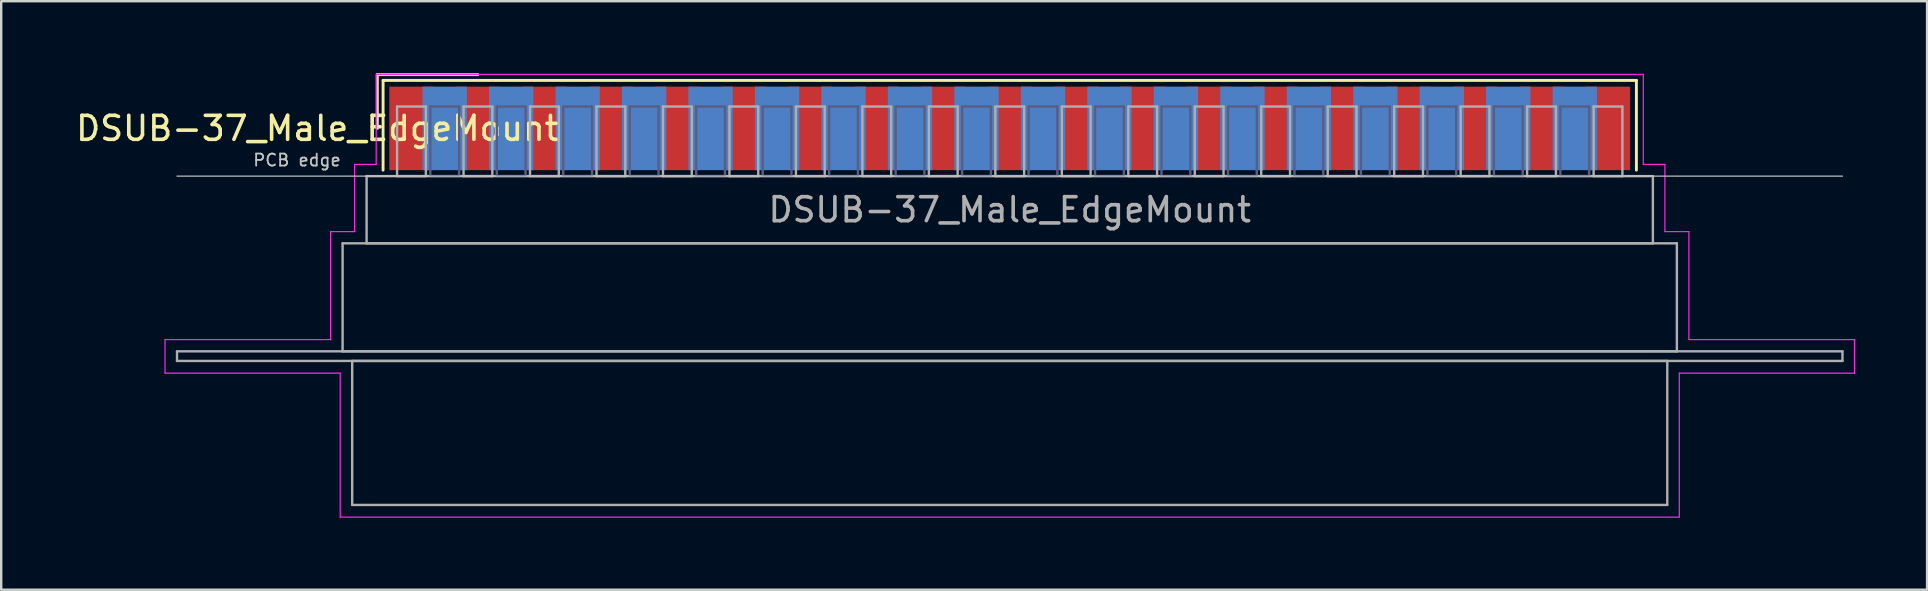
<source format=kicad_pcb>
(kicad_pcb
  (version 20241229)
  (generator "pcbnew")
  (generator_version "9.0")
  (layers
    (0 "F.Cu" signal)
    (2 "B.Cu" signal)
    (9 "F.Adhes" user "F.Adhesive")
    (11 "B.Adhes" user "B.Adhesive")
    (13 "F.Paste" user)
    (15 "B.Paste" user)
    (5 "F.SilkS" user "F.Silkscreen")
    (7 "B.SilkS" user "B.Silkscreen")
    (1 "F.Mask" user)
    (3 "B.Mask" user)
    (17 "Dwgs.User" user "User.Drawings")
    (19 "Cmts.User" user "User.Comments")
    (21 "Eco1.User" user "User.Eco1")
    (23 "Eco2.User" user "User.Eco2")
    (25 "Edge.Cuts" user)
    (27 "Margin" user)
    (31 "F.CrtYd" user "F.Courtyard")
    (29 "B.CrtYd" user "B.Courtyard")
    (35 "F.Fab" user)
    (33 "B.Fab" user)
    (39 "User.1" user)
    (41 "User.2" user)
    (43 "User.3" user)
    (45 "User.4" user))
  (footprint "DSUB-37_Male_EdgeMount"
    (layer "F.Cu")
    (at 39.026 2.3)
    (property "Reference" "DSUB-37_Male_EdgeMount" (at -28.853 0 0) (layer "F.SilkS") (effects (font (size 1 1) (thickness 0.15))))
    (attr smd)
    (fp_line (start -26.353 -2.24) (end -22.16 -2.24) (stroke (width 0.12) (type solid)) (layer "F.SilkS"))
    (fp_line (start -26.353 0) (end -26.353 -2.24) (stroke (width 0.12) (type solid)) (layer "F.SilkS"))
    (fp_line (start -26.113 -2) (end -26.113 1.74) (stroke (width 0.12) (type solid)) (layer "F.SilkS"))
    (fp_line (start 26.113 -2) (end -26.113 -2) (stroke (width 0.12) (type solid)) (layer "F.SilkS"))
    (fp_line (start 26.113 1.74) (end 26.113 -2) (stroke (width 0.12) (type solid)) (layer "F.SilkS"))
    (fp_line (start -34.7 1.99) (end 34.7 1.99) (stroke (width 0.05) (type solid)) (layer "Dwgs.User"))
    (fp_line (start -35.2 8.8) (end -28.3 8.8) (stroke (width 0.05) (type solid)) (layer "F.CrtYd"))
    (fp_line (start -35.2 10.2) (end -35.2 8.8) (stroke (width 0.05) (type solid)) (layer "F.CrtYd"))
    (fp_line (start -28.3 4.3) (end -27.3 4.3) (stroke (width 0.05) (type solid)) (layer "F.CrtYd"))
    (fp_line (start -28.3 8.8) (end -28.3 4.3) (stroke (width 0.05) (type solid)) (layer "F.CrtYd"))
    (fp_line (start -27.9 10.2) (end -35.2 10.2) (stroke (width 0.05) (type solid)) (layer "F.CrtYd"))
    (fp_line (start -27.9 16.2) (end -27.9 10.2) (stroke (width 0.05) (type solid)) (layer "F.CrtYd"))
    (fp_line (start -27.3 1.5) (end -26.4 1.5) (stroke (width 0.05) (type solid)) (layer "F.CrtYd"))
    (fp_line (start -27.3 4.3) (end -27.3 1.5) (stroke (width 0.05) (type solid)) (layer "F.CrtYd"))
    (fp_line (start -26.4 -2.25) (end 26.4 -2.25) (stroke (width 0.05) (type solid)) (layer "F.CrtYd"))
    (fp_line (start -26.4 1.5) (end -26.4 -2.25) (stroke (width 0.05) (type solid)) (layer "F.CrtYd"))
    (fp_line (start 26.4 -2.25) (end 26.4 1.5) (stroke (width 0.05) (type solid)) (layer "F.CrtYd"))
    (fp_line (start 26.4 1.5) (end 27.3 1.5) (stroke (width 0.05) (type solid)) (layer "F.CrtYd"))
    (fp_line (start 27.3 1.5) (end 27.3 4.3) (stroke (width 0.05) (type solid)) (layer "F.CrtYd"))
    (fp_line (start 27.3 4.3) (end 28.3 4.3) (stroke (width 0.05) (type solid)) (layer "F.CrtYd"))
    (fp_line (start 27.9 10.2) (end 27.9 16.2) (stroke (width 0.05) (type solid)) (layer "F.CrtYd"))
    (fp_line (start 27.9 16.2) (end -27.9 16.2) (stroke (width 0.05) (type solid)) (layer "F.CrtYd"))
    (fp_line (start 28.3 4.3) (end 28.3 8.8) (stroke (width 0.05) (type solid)) (layer "F.CrtYd"))
    (fp_line (start 28.3 8.8) (end 35.2 8.8) (stroke (width 0.05) (type solid)) (layer "F.CrtYd"))
    (fp_line (start 35.2 8.8) (end 35.2 10.2) (stroke (width 0.05) (type solid)) (layer "F.CrtYd"))
    (fp_line (start 35.2 10.2) (end 27.9 10.2) (stroke (width 0.05) (type solid)) (layer "F.CrtYd"))
    (fp_line (start -24.145 -0.91) (end -24.145 1.99) (stroke (width 0.1) (type solid)) (layer "B.Fab"))
    (fp_line (start -24.145 1.99) (end -22.945 1.99) (stroke (width 0.1) (type solid)) (layer "B.Fab"))
    (fp_line (start -22.945 -0.91) (end -24.145 -0.91) (stroke (width 0.1) (type solid)) (layer "B.Fab"))
    (fp_line (start -22.945 1.99) (end -22.945 -0.91) (stroke (width 0.1) (type solid)) (layer "B.Fab"))
    (fp_line (start -21.375 -0.91) (end -21.375 1.99) (stroke (width 0.1) (type solid)) (layer "B.Fab"))
    (fp_line (start -21.375 1.99) (end -20.175 1.99) (stroke (width 0.1) (type solid)) (layer "B.Fab"))
    (fp_line (start -20.175 -0.91) (end -21.375 -0.91) (stroke (width 0.1) (type solid)) (layer "B.Fab"))
    (fp_line (start -20.175 1.99) (end -20.175 -0.91) (stroke (width 0.1) (type solid)) (layer "B.Fab"))
    (fp_line (start -18.605 -0.91) (end -18.605 1.99) (stroke (width 0.1) (type solid)) (layer "B.Fab"))
    (fp_line (start -18.605 1.99) (end -17.405 1.99) (stroke (width 0.1) (type solid)) (layer "B.Fab"))
    (fp_line (start -17.405 -0.91) (end -18.605 -0.91) (stroke (width 0.1) (type solid)) (layer "B.Fab"))
    (fp_line (start -17.405 1.99) (end -17.405 -0.91) (stroke (width 0.1) (type solid)) (layer "B.Fab"))
    (fp_line (start -15.835 -0.91) (end -15.835 1.99) (stroke (width 0.1) (type solid)) (layer "B.Fab"))
    (fp_line (start -15.835 1.99) (end -14.635 1.99) (stroke (width 0.1) (type solid)) (layer "B.Fab"))
    (fp_line (start -14.635 -0.91) (end -15.835 -0.91) (stroke (width 0.1) (type solid)) (layer "B.Fab"))
    (fp_line (start -14.635 1.99) (end -14.635 -0.91) (stroke (width 0.1) (type solid)) (layer "B.Fab"))
    (fp_line (start -13.065 -0.91) (end -13.065 1.99) (stroke (width 0.1) (type solid)) (layer "B.Fab"))
    (fp_line (start -13.065 1.99) (end -11.865 1.99) (stroke (width 0.1) (type solid)) (layer "B.Fab"))
    (fp_line (start -11.865 -0.91) (end -13.065 -0.91) (stroke (width 0.1) (type solid)) (layer "B.Fab"))
    (fp_line (start -11.865 1.99) (end -11.865 -0.91) (stroke (width 0.1) (type solid)) (layer "B.Fab"))
    (fp_line (start -10.295 -0.91) (end -10.295 1.99) (stroke (width 0.1) (type solid)) (layer "B.Fab"))
    (fp_line (start -10.295 1.99) (end -9.095 1.99) (stroke (width 0.1) (type solid)) (layer "B.Fab"))
    (fp_line (start -9.095 -0.91) (end -10.295 -0.91) (stroke (width 0.1) (type solid)) (layer "B.Fab"))
    (fp_line (start -9.095 1.99) (end -9.095 -0.91) (stroke (width 0.1) (type solid)) (layer "B.Fab"))
    (fp_line (start -7.525 -0.91) (end -7.525 1.99) (stroke (width 0.1) (type solid)) (layer "B.Fab"))
    (fp_line (start -7.525 1.99) (end -6.325 1.99) (stroke (width 0.1) (type solid)) (layer "B.Fab"))
    (fp_line (start -6.325 -0.91) (end -7.525 -0.91) (stroke (width 0.1) (type solid)) (layer "B.Fab"))
    (fp_line (start -6.325 1.99) (end -6.325 -0.91) (stroke (width 0.1) (type solid)) (layer "B.Fab"))
    (fp_line (start -4.755 -0.91) (end -4.755 1.99) (stroke (width 0.1) (type solid)) (layer "B.Fab"))
    (fp_line (start -4.755 1.99) (end -3.555 1.99) (stroke (width 0.1) (type solid)) (layer "B.Fab"))
    (fp_line (start -3.555 -0.91) (end -4.755 -0.91) (stroke (width 0.1) (type solid)) (layer "B.Fab"))
    (fp_line (start -3.555 1.99) (end -3.555 -0.91) (stroke (width 0.1) (type solid)) (layer "B.Fab"))
    (fp_line (start -1.985 -0.91) (end -1.985 1.99) (stroke (width 0.1) (type solid)) (layer "B.Fab"))
    (fp_line (start -1.985 1.99) (end -0.785 1.99) (stroke (width 0.1) (type solid)) (layer "B.Fab"))
    (fp_line (start -0.785 -0.91) (end -1.985 -0.91) (stroke (width 0.1) (type solid)) (layer "B.Fab"))
    (fp_line (start -0.785 1.99) (end -0.785 -0.91) (stroke (width 0.1) (type solid)) (layer "B.Fab"))
    (fp_line (start 0.785 -0.91) (end 0.785 1.99) (stroke (width 0.1) (type solid)) (layer "B.Fab"))
    (fp_line (start 0.785 1.99) (end 1.985 1.99) (stroke (width 0.1) (type solid)) (layer "B.Fab"))
    (fp_line (start 1.985 -0.91) (end 0.785 -0.91) (stroke (width 0.1) (type solid)) (layer "B.Fab"))
    (fp_line (start 1.985 1.99) (end 1.985 -0.91) (stroke (width 0.1) (type solid)) (layer "B.Fab"))
    (fp_line (start 3.555 -0.91) (end 3.555 1.99) (stroke (width 0.1) (type solid)) (layer "B.Fab"))
    (fp_line (start 3.555 1.99) (end 4.755 1.99) (stroke (width 0.1) (type solid)) (layer "B.Fab"))
    (fp_line (start 4.755 -0.91) (end 3.555 -0.91) (stroke (width 0.1) (type solid)) (layer "B.Fab"))
    (fp_line (start 4.755 1.99) (end 4.755 -0.91) (stroke (width 0.1) (type solid)) (layer "B.Fab"))
    (fp_line (start 6.325 -0.91) (end 6.325 1.99) (stroke (width 0.1) (type solid)) (layer "B.Fab"))
    (fp_line (start 6.325 1.99) (end 7.525 1.99) (stroke (width 0.1) (type solid)) (layer "B.Fab"))
    (fp_line (start 7.525 -0.91) (end 6.325 -0.91) (stroke (width 0.1) (type solid)) (layer "B.Fab"))
    (fp_line (start 7.525 1.99) (end 7.525 -0.91) (stroke (width 0.1) (type solid)) (layer "B.Fab"))
    (fp_line (start 9.095 -0.91) (end 9.095 1.99) (stroke (width 0.1) (type solid)) (layer "B.Fab"))
    (fp_line (start 9.095 1.99) (end 10.295 1.99) (stroke (width 0.1) (type solid)) (layer "B.Fab"))
    (fp_line (start 10.295 -0.91) (end 9.095 -0.91) (stroke (width 0.1) (type solid)) (layer "B.Fab"))
    (fp_line (start 10.295 1.99) (end 10.295 -0.91) (stroke (width 0.1) (type solid)) (layer "B.Fab"))
    (fp_line (start 11.865 -0.91) (end 11.865 1.99) (stroke (width 0.1) (type solid)) (layer "B.Fab"))
    (fp_line (start 11.865 1.99) (end 13.065 1.99) (stroke (width 0.1) (type solid)) (layer "B.Fab"))
    (fp_line (start 13.065 -0.91) (end 11.865 -0.91) (stroke (width 0.1) (type solid)) (layer "B.Fab"))
    (fp_line (start 13.065 1.99) (end 13.065 -0.91) (stroke (width 0.1) (type solid)) (layer "B.Fab"))
    (fp_line (start 14.635 -0.91) (end 14.635 1.99) (stroke (width 0.1) (type solid)) (layer "B.Fab"))
    (fp_line (start 14.635 1.99) (end 15.835 1.99) (stroke (width 0.1) (type solid)) (layer "B.Fab"))
    (fp_line (start 15.835 -0.91) (end 14.635 -0.91) (stroke (width 0.1) (type solid)) (layer "B.Fab"))
    (fp_line (start 15.835 1.99) (end 15.835 -0.91) (stroke (width 0.1) (type solid)) (layer "B.Fab"))
    (fp_line (start 17.405 -0.91) (end 17.405 1.99) (stroke (width 0.1) (type solid)) (layer "B.Fab"))
    (fp_line (start 17.405 1.99) (end 18.605 1.99) (stroke (width 0.1) (type solid)) (layer "B.Fab"))
    (fp_line (start 18.605 -0.91) (end 17.405 -0.91) (stroke (width 0.1) (type solid)) (layer "B.Fab"))
    (fp_line (start 18.605 1.99) (end 18.605 -0.91) (stroke (width 0.1) (type solid)) (layer "B.Fab"))
    (fp_line (start 20.175 -0.91) (end 20.175 1.99) (stroke (width 0.1) (type solid)) (layer "B.Fab"))
    (fp_line (start 20.175 1.99) (end 21.375 1.99) (stroke (width 0.1) (type solid)) (layer "B.Fab"))
    (fp_line (start 21.375 -0.91) (end 20.175 -0.91) (stroke (width 0.1) (type solid)) (layer "B.Fab"))
    (fp_line (start 21.375 1.99) (end 21.375 -0.91) (stroke (width 0.1) (type solid)) (layer "B.Fab"))
    (fp_line (start 22.945 -0.91) (end 22.945 1.99) (stroke (width 0.1) (type solid)) (layer "B.Fab"))
    (fp_line (start 22.945 1.99) (end 24.145 1.99) (stroke (width 0.1) (type solid)) (layer "B.Fab"))
    (fp_line (start 24.145 -0.91) (end 22.945 -0.91) (stroke (width 0.1) (type solid)) (layer "B.Fab"))
    (fp_line (start 24.145 1.99) (end 24.145 -0.91) (stroke (width 0.1) (type solid)) (layer "B.Fab"))
    (fp_line (start -34.7 9.29) (end -34.7 9.69) (stroke (width 0.1) (type solid)) (layer "F.Fab"))
    (fp_line (start -34.7 9.69) (end 34.7 9.69) (stroke (width 0.1) (type solid)) (layer "F.Fab"))
    (fp_line (start -27.8 4.79) (end -27.8 9.29) (stroke (width 0.1) (type solid)) (layer "F.Fab"))
    (fp_line (start -27.8 9.29) (end 27.8 9.29) (stroke (width 0.1) (type solid)) (layer "F.Fab"))
    (fp_line (start -27.4 9.69) (end -27.4 15.69) (stroke (width 0.1) (type solid)) (layer "F.Fab"))
    (fp_line (start -27.4 15.69) (end 27.4 15.69) (stroke (width 0.1) (type solid)) (layer "F.Fab"))
    (fp_line (start -26.8 1.99) (end -26.8 4.79) (stroke (width 0.1) (type solid)) (layer "F.Fab"))
    (fp_line (start -26.8 4.79) (end 26.8 4.79) (stroke (width 0.1) (type solid)) (layer "F.Fab"))
    (fp_line (start -25.53 -0.91) (end -25.53 1.99) (stroke (width 0.1) (type solid)) (layer "F.Fab"))
    (fp_line (start -25.53 1.99) (end -24.33 1.99) (stroke (width 0.1) (type solid)) (layer "F.Fab"))
    (fp_line (start -24.33 -0.91) (end -25.53 -0.91) (stroke (width 0.1) (type solid)) (layer "F.Fab"))
    (fp_line (start -24.33 1.99) (end -24.33 -0.91) (stroke (width 0.1) (type solid)) (layer "F.Fab"))
    (fp_line (start -22.76 -0.91) (end -22.76 1.99) (stroke (width 0.1) (type solid)) (layer "F.Fab"))
    (fp_line (start -22.76 1.99) (end -21.56 1.99) (stroke (width 0.1) (type solid)) (layer "F.Fab"))
    (fp_line (start -21.56 -0.91) (end -22.76 -0.91) (stroke (width 0.1) (type solid)) (layer "F.Fab"))
    (fp_line (start -21.56 1.99) (end -21.56 -0.91) (stroke (width 0.1) (type solid)) (layer "F.Fab"))
    (fp_line (start -19.99 -0.91) (end -19.99 1.99) (stroke (width 0.1) (type solid)) (layer "F.Fab"))
    (fp_line (start -19.99 1.99) (end -18.79 1.99) (stroke (width 0.1) (type solid)) (layer "F.Fab"))
    (fp_line (start -18.79 -0.91) (end -19.99 -0.91) (stroke (width 0.1) (type solid)) (layer "F.Fab"))
    (fp_line (start -18.79 1.99) (end -18.79 -0.91) (stroke (width 0.1) (type solid)) (layer "F.Fab"))
    (fp_line (start -17.22 -0.91) (end -17.22 1.99) (stroke (width 0.1) (type solid)) (layer "F.Fab"))
    (fp_line (start -17.22 1.99) (end -16.02 1.99) (stroke (width 0.1) (type solid)) (layer "F.Fab"))
    (fp_line (start -16.02 -0.91) (end -17.22 -0.91) (stroke (width 0.1) (type solid)) (layer "F.Fab"))
    (fp_line (start -16.02 1.99) (end -16.02 -0.91) (stroke (width 0.1) (type solid)) (layer "F.Fab"))
    (fp_line (start -14.45 -0.91) (end -14.45 1.99) (stroke (width 0.1) (type solid)) (layer "F.Fab"))
    (fp_line (start -14.45 1.99) (end -13.25 1.99) (stroke (width 0.1) (type solid)) (layer "F.Fab"))
    (fp_line (start -13.25 -0.91) (end -14.45 -0.91) (stroke (width 0.1) (type solid)) (layer "F.Fab"))
    (fp_line (start -13.25 1.99) (end -13.25 -0.91) (stroke (width 0.1) (type solid)) (layer "F.Fab"))
    (fp_line (start -11.68 -0.91) (end -11.68 1.99) (stroke (width 0.1) (type solid)) (layer "F.Fab"))
    (fp_line (start -11.68 1.99) (end -10.48 1.99) (stroke (width 0.1) (type solid)) (layer "F.Fab"))
    (fp_line (start -10.48 -0.91) (end -11.68 -0.91) (stroke (width 0.1) (type solid)) (layer "F.Fab"))
    (fp_line (start -10.48 1.99) (end -10.48 -0.91) (stroke (width 0.1) (type solid)) (layer "F.Fab"))
    (fp_line (start -8.91 -0.91) (end -8.91 1.99) (stroke (width 0.1) (type solid)) (layer "F.Fab"))
    (fp_line (start -8.91 1.99) (end -7.71 1.99) (stroke (width 0.1) (type solid)) (layer "F.Fab"))
    (fp_line (start -7.71 -0.91) (end -8.91 -0.91) (stroke (width 0.1) (type solid)) (layer "F.Fab"))
    (fp_line (start -7.71 1.99) (end -7.71 -0.91) (stroke (width 0.1) (type solid)) (layer "F.Fab"))
    (fp_line (start -6.14 -0.91) (end -6.14 1.99) (stroke (width 0.1) (type solid)) (layer "F.Fab"))
    (fp_line (start -6.14 1.99) (end -4.94 1.99) (stroke (width 0.1) (type solid)) (layer "F.Fab"))
    (fp_line (start -4.94 -0.91) (end -6.14 -0.91) (stroke (width 0.1) (type solid)) (layer "F.Fab"))
    (fp_line (start -4.94 1.99) (end -4.94 -0.91) (stroke (width 0.1) (type solid)) (layer "F.Fab"))
    (fp_line (start -3.37 -0.91) (end -3.37 1.99) (stroke (width 0.1) (type solid)) (layer "F.Fab"))
    (fp_line (start -3.37 1.99) (end -2.17 1.99) (stroke (width 0.1) (type solid)) (layer "F.Fab"))
    (fp_line (start -2.17 -0.91) (end -3.37 -0.91) (stroke (width 0.1) (type solid)) (layer "F.Fab"))
    (fp_line (start -2.17 1.99) (end -2.17 -0.91) (stroke (width 0.1) (type solid)) (layer "F.Fab"))
    (fp_line (start -0.6 -0.91) (end -0.6 1.99) (stroke (width 0.1) (type solid)) (layer "F.Fab"))
    (fp_line (start -0.6 1.99) (end 0.6 1.99) (stroke (width 0.1) (type solid)) (layer "F.Fab"))
    (fp_line (start 0.6 -0.91) (end -0.6 -0.91) (stroke (width 0.1) (type solid)) (layer "F.Fab"))
    (fp_line (start 0.6 1.99) (end 0.6 -0.91) (stroke (width 0.1) (type solid)) (layer "F.Fab"))
    (fp_line (start 2.17 -0.91) (end 2.17 1.99) (stroke (width 0.1) (type solid)) (layer "F.Fab"))
    (fp_line (start 2.17 1.99) (end 3.37 1.99) (stroke (width 0.1) (type solid)) (layer "F.Fab"))
    (fp_line (start 3.37 -0.91) (end 2.17 -0.91) (stroke (width 0.1) (type solid)) (layer "F.Fab"))
    (fp_line (start 3.37 1.99) (end 3.37 -0.91) (stroke (width 0.1) (type solid)) (layer "F.Fab"))
    (fp_line (start 4.94 -0.91) (end 4.94 1.99) (stroke (width 0.1) (type solid)) (layer "F.Fab"))
    (fp_line (start 4.94 1.99) (end 6.14 1.99) (stroke (width 0.1) (type solid)) (layer "F.Fab"))
    (fp_line (start 6.14 -0.91) (end 4.94 -0.91) (stroke (width 0.1) (type solid)) (layer "F.Fab"))
    (fp_line (start 6.14 1.99) (end 6.14 -0.91) (stroke (width 0.1) (type solid)) (layer "F.Fab"))
    (fp_line (start 7.71 -0.91) (end 7.71 1.99) (stroke (width 0.1) (type solid)) (layer "F.Fab"))
    (fp_line (start 7.71 1.99) (end 8.91 1.99) (stroke (width 0.1) (type solid)) (layer "F.Fab"))
    (fp_line (start 8.91 -0.91) (end 7.71 -0.91) (stroke (width 0.1) (type solid)) (layer "F.Fab"))
    (fp_line (start 8.91 1.99) (end 8.91 -0.91) (stroke (width 0.1) (type solid)) (layer "F.Fab"))
    (fp_line (start 10.48 -0.91) (end 10.48 1.99) (stroke (width 0.1) (type solid)) (layer "F.Fab"))
    (fp_line (start 10.48 1.99) (end 11.68 1.99) (stroke (width 0.1) (type solid)) (layer "F.Fab"))
    (fp_line (start 11.68 -0.91) (end 10.48 -0.91) (stroke (width 0.1) (type solid)) (layer "F.Fab"))
    (fp_line (start 11.68 1.99) (end 11.68 -0.91) (stroke (width 0.1) (type solid)) (layer "F.Fab"))
    (fp_line (start 13.25 -0.91) (end 13.25 1.99) (stroke (width 0.1) (type solid)) (layer "F.Fab"))
    (fp_line (start 13.25 1.99) (end 14.45 1.99) (stroke (width 0.1) (type solid)) (layer "F.Fab"))
    (fp_line (start 14.45 -0.91) (end 13.25 -0.91) (stroke (width 0.1) (type solid)) (layer "F.Fab"))
    (fp_line (start 14.45 1.99) (end 14.45 -0.91) (stroke (width 0.1) (type solid)) (layer "F.Fab"))
    (fp_line (start 16.02 -0.91) (end 16.02 1.99) (stroke (width 0.1) (type solid)) (layer "F.Fab"))
    (fp_line (start 16.02 1.99) (end 17.22 1.99) (stroke (width 0.1) (type solid)) (layer "F.Fab"))
    (fp_line (start 17.22 -0.91) (end 16.02 -0.91) (stroke (width 0.1) (type solid)) (layer "F.Fab"))
    (fp_line (start 17.22 1.99) (end 17.22 -0.91) (stroke (width 0.1) (type solid)) (layer "F.Fab"))
    (fp_line (start 18.79 -0.91) (end 18.79 1.99) (stroke (width 0.1) (type solid)) (layer "F.Fab"))
    (fp_line (start 18.79 1.99) (end 19.99 1.99) (stroke (width 0.1) (type solid)) (layer "F.Fab"))
    (fp_line (start 19.99 -0.91) (end 18.79 -0.91) (stroke (width 0.1) (type solid)) (layer "F.Fab"))
    (fp_line (start 19.99 1.99) (end 19.99 -0.91) (stroke (width 0.1) (type solid)) (layer "F.Fab"))
    (fp_line (start 21.56 -0.91) (end 21.56 1.99) (stroke (width 0.1) (type solid)) (layer "F.Fab"))
    (fp_line (start 21.56 1.99) (end 22.76 1.99) (stroke (width 0.1) (type solid)) (layer "F.Fab"))
    (fp_line (start 22.76 -0.91) (end 21.56 -0.91) (stroke (width 0.1) (type solid)) (layer "F.Fab"))
    (fp_line (start 22.76 1.99) (end 22.76 -0.91) (stroke (width 0.1) (type solid)) (layer "F.Fab"))
    (fp_line (start 24.33 -0.91) (end 24.33 1.99) (stroke (width 0.1) (type solid)) (layer "F.Fab"))
    (fp_line (start 24.33 1.99) (end 25.53 1.99) (stroke (width 0.1) (type solid)) (layer "F.Fab"))
    (fp_line (start 25.53 -0.91) (end 24.33 -0.91) (stroke (width 0.1) (type solid)) (layer "F.Fab"))
    (fp_line (start 25.53 1.99) (end 25.53 -0.91) (stroke (width 0.1) (type solid)) (layer "F.Fab"))
    (fp_line (start 26.8 1.99) (end -26.8 1.99) (stroke (width 0.1) (type solid)) (layer "F.Fab"))
    (fp_line (start 26.8 4.79) (end 26.8 1.99) (stroke (width 0.1) (type solid)) (layer "F.Fab"))
    (fp_line (start 27.4 9.69) (end -27.4 9.69) (stroke (width 0.1) (type solid)) (layer "F.Fab"))
    (fp_line (start 27.4 15.69) (end 27.4 9.69) (stroke (width 0.1) (type solid)) (layer "F.Fab"))
    (fp_line (start 27.8 4.79) (end -27.8 4.79) (stroke (width 0.1) (type solid)) (layer "F.Fab"))
    (fp_line (start 27.8 9.29) (end 27.8 4.79) (stroke (width 0.1) (type solid)) (layer "F.Fab"))
    (fp_line (start 34.7 9.29) (end -34.7 9.29) (stroke (width 0.1) (type solid)) (layer "F.Fab"))
    (fp_line (start 34.7 9.69) (end 34.7 9.29) (stroke (width 0.1) (type solid)) (layer "F.Fab"))
    (fp_text user "PCB edge" (at -29.7 1.323 0) (layer "Dwgs.User") (effects (font (size 0.5 0.5) (thickness 0.075))))
    (fp_text user "${REFERENCE}" (at 0 3.39 0) (layer "F.Fab") (effects (font (size 1 1) (thickness 0.15))))
    (pad "1" smd rect (at -24.93 0) (size 1.847 3.48) (layers "F.Cu" "F.Mask" "F.Paste"))
    (pad "2" smd rect (at -22.16 0) (size 1.847 3.48) (layers "F.Cu" "F.Mask" "F.Paste"))
    (pad "3" smd rect (at -19.39 0) (size 1.847 3.48) (layers "F.Cu" "F.Mask" "F.Paste"))
    (pad "4" smd rect (at -16.62 0) (size 1.847 3.48) (layers "F.Cu" "F.Mask" "F.Paste"))
    (pad "5" smd rect (at -13.85 0) (size 1.847 3.48) (layers "F.Cu" "F.Mask" "F.Paste"))
    (pad "6" smd rect (at -11.08 0) (size 1.847 3.48) (layers "F.Cu" "F.Mask" "F.Paste"))
    (pad "7" smd rect (at -8.31 0) (size 1.847 3.48) (layers "F.Cu" "F.Mask" "F.Paste"))
    (pad "8" smd rect (at -5.54 0) (size 1.847 3.48) (layers "F.Cu" "F.Mask" "F.Paste"))
    (pad "9" smd rect (at -2.77 0) (size 1.847 3.48) (layers "F.Cu" "F.Mask" "F.Paste"))
    (pad "10" smd rect (at 0 0) (size 1.847 3.48) (layers "F.Cu" "F.Mask" "F.Paste"))
    (pad "11" smd rect (at 2.77 0) (size 1.847 3.48) (layers "F.Cu" "F.Mask" "F.Paste"))
    (pad "12" smd rect (at 5.54 0) (size 1.847 3.48) (layers "F.Cu" "F.Mask" "F.Paste"))
    (pad "13" smd rect (at 8.31 0) (size 1.847 3.48) (layers "F.Cu" "F.Mask" "F.Paste"))
    (pad "14" smd rect (at 11.08 0) (size 1.847 3.48) (layers "F.Cu" "F.Mask" "F.Paste"))
    (pad "15" smd rect (at 13.85 0) (size 1.847 3.48) (layers "F.Cu" "F.Mask" "F.Paste"))
    (pad "16" smd rect (at 16.62 0) (size 1.847 3.48) (layers "F.Cu" "F.Mask" "F.Paste"))
    (pad "17" smd rect (at 19.39 0) (size 1.847 3.48) (layers "F.Cu" "F.Mask" "F.Paste"))
    (pad "18" smd rect (at 22.16 0) (size 1.847 3.48) (layers "F.Cu" "F.Mask" "F.Paste"))
    (pad "19" smd rect (at 24.93 0) (size 1.847 3.48) (layers "F.Cu" "F.Mask" "F.Paste"))
    (pad "20" smd rect (at -23.545 0) (size 1.847 3.48) (layers "B.Cu" "B.Mask" "B.Paste"))
    (pad "21" smd rect (at -20.775 0) (size 1.847 3.48) (layers "B.Cu" "B.Mask" "B.Paste"))
    (pad "22" smd rect (at -18.005 0) (size 1.847 3.48) (layers "B.Cu" "B.Mask" "B.Paste"))
    (pad "23" smd rect (at -15.235 0) (size 1.847 3.48) (layers "B.Cu" "B.Mask" "B.Paste"))
    (pad "24" smd rect (at -12.465 0) (size 1.847 3.48) (layers "B.Cu" "B.Mask" "B.Paste"))
    (pad "25" smd rect (at -9.695 0) (size 1.847 3.48) (layers "B.Cu" "B.Mask" "B.Paste"))
    (pad "26" smd rect (at -6.925 0) (size 1.847 3.48) (layers "B.Cu" "B.Mask" "B.Paste"))
    (pad "27" smd rect (at -4.155 0) (size 1.847 3.48) (layers "B.Cu" "B.Mask" "B.Paste"))
    (pad "28" smd rect (at -1.385 0) (size 1.847 3.48) (layers "B.Cu" "B.Mask" "B.Paste"))
    (pad "29" smd rect (at 1.385 0) (size 1.847 3.48) (layers "B.Cu" "B.Mask" "B.Paste"))
    (pad "30" smd rect (at 4.155 0) (size 1.847 3.48) (layers "B.Cu" "B.Mask" "B.Paste"))
    (pad "31" smd rect (at 6.925 0) (size 1.847 3.48) (layers "B.Cu" "B.Mask" "B.Paste"))
    (pad "32" smd rect (at 9.695 0) (size 1.847 3.48) (layers "B.Cu" "B.Mask" "B.Paste"))
    (pad "33" smd rect (at 12.465 0) (size 1.847 3.48) (layers "B.Cu" "B.Mask" "B.Paste"))
    (pad "34" smd rect (at 15.235 0) (size 1.847 3.48) (layers "B.Cu" "B.Mask" "B.Paste"))
    (pad "35" smd rect (at 18.005 0) (size 1.847 3.48) (layers "B.Cu" "B.Mask" "B.Paste"))
    (pad "36" smd rect (at 20.775 0) (size 1.847 3.48) (layers "B.Cu" "B.Mask" "B.Paste"))
    (pad "37" smd rect (at 23.545 0) (size 1.847 3.48) (layers "B.Cu" "B.Mask" "B.Paste")))
  (gr_rect
    (start -3 -3)
    (end 77.251 21.525)
    (stroke (width 0.1) (type default))
    (fill no)
    (layer "Edge.Cuts")))
</source>
